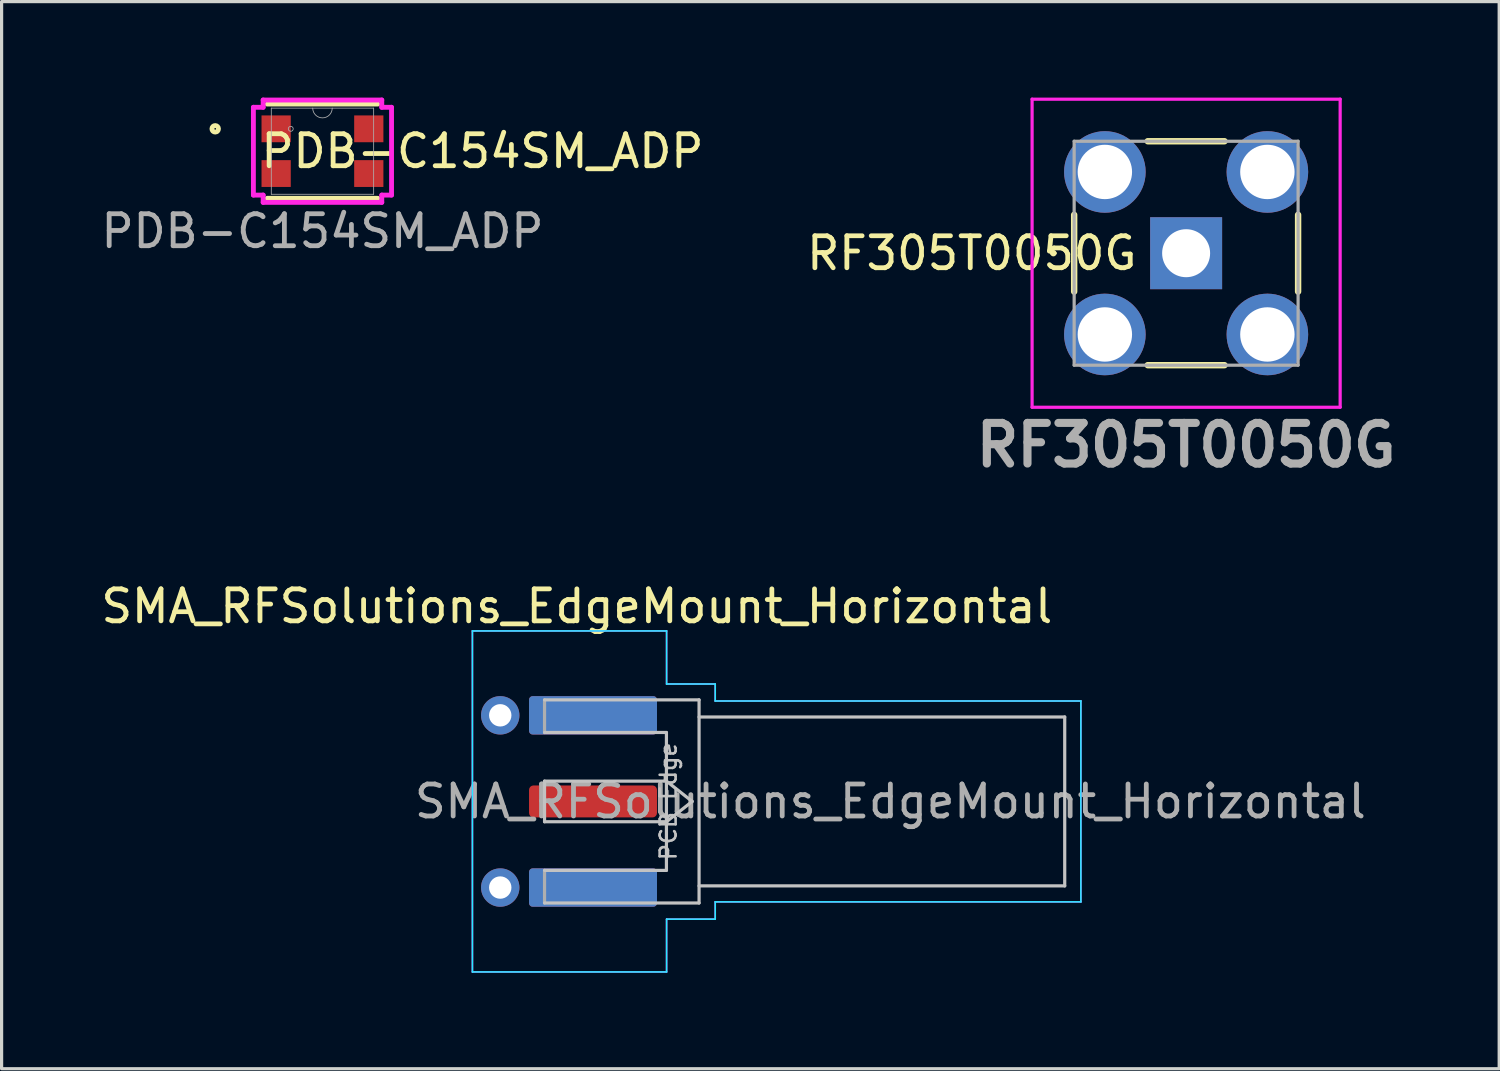
<source format=kicad_pcb>
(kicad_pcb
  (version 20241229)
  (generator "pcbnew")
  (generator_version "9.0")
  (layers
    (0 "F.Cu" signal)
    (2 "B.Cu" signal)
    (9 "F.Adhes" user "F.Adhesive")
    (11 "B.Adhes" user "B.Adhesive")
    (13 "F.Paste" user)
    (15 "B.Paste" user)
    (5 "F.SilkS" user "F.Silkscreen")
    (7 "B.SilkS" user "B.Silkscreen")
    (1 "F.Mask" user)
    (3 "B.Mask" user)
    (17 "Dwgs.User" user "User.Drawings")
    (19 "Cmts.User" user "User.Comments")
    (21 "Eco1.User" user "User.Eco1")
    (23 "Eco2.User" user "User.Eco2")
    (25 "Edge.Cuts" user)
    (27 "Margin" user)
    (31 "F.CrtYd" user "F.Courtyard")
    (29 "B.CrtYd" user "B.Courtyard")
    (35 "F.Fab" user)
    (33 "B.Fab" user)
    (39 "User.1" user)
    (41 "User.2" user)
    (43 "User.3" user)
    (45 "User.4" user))
  (footprint "SMA_RFSolutions_EdgeMount_Horizontal"
    (layer "F.Cu")
    (at 15.687 22.002)
    (property "Reference" "SMA_RFSolutions_EdgeMount_Horizontal" (at -0.705 -6.1 0) (layer "F.SilkS") (effects (font (size 1 1) (thickness 0.15))))
    (attr smd)
    (fp_line (start -1.715 -3.175) (end 3.115 -3.175) (stroke (width 0.1) (type solid)) (layer "Dwgs.User"))
    (fp_line (start -1.715 -0.635) (end -1.715 0.635) (stroke (width 0.1) (type solid)) (layer "Dwgs.User"))
    (fp_line (start 2.095 -2.155) (end -1.715 -2.155) (stroke (width 0.1) (type solid)) (layer "Dwgs.User"))
    (fp_line (start 2.095 -2.155) (end 2.095 2.155) (stroke (width 0.1) (type solid)) (layer "Dwgs.User"))
    (fp_line (start 2.095 -0.635) (end -1.715 -0.635) (stroke (width 0.1) (type solid)) (layer "Dwgs.User"))
    (fp_line (start 2.095 -0.635) (end 2.9 0) (stroke (width 0.1) (type solid)) (layer "Dwgs.User"))
    (fp_line (start 2.095 0.635) (end -1.715 0.635) (stroke (width 0.1) (type solid)) (layer "Dwgs.User"))
    (fp_line (start 2.095 2.155) (end -1.715 2.155) (stroke (width 0.1) (type solid)) (layer "Dwgs.User"))
    (fp_line (start 2.9 0) (end 2.095 0.635) (stroke (width 0.1) (type solid)) (layer "Dwgs.User"))
    (fp_line (start 3.115 -3.175) (end 3.115 3.175) (stroke (width 0.1) (type solid)) (layer "Dwgs.User"))
    (fp_line (start 3.115 3.175) (end -1.715 3.175) (stroke (width 0.1) (type solid)) (layer "Dwgs.User"))
    (fp_line (start 14.545 -2.64) (end 3.115 -2.64) (stroke (width 0.1) (type solid)) (layer "Dwgs.User"))
    (fp_line (start 14.545 -2.64) (end 14.545 2.64) (stroke (width 0.1) (type solid)) (layer "Dwgs.User"))
    (fp_line (start 14.545 2.64) (end 3.115 2.64) (stroke (width 0.1) (type solid)) (layer "Dwgs.User"))
    (fp_line (start -3.97 -5.33) (end -3.97 5.33) (stroke (width 0.05) (type solid)) (layer "B.CrtYd"))
    (fp_line (start -3.97 -5.33) (end 2.1 -5.33) (stroke (width 0.05) (type solid)) (layer "B.CrtYd"))
    (fp_line (start 2.1 -5.33) (end 2.1 -3.67) (stroke (width 0.05) (type default)) (layer "B.CrtYd"))
    (fp_line (start 2.1 -3.67) (end 3.62 -3.67) (stroke (width 0.05) (type default)) (layer "B.CrtYd"))
    (fp_line (start 2.1 3.68) (end 3.62 3.68) (stroke (width 0.05) (type default)) (layer "B.CrtYd"))
    (fp_line (start 2.1 5.33) (end -3.97 5.33) (stroke (width 0.05) (type solid)) (layer "B.CrtYd"))
    (fp_line (start 2.1 5.33) (end 2.1 3.68) (stroke (width 0.05) (type default)) (layer "B.CrtYd"))
    (fp_line (start 3.62 -3.67) (end 3.62 -3.14) (stroke (width 0.05) (type default)) (layer "B.CrtYd"))
    (fp_line (start 3.62 -3.14) (end 15.05 -3.14) (stroke (width 0.05) (type default)) (layer "B.CrtYd"))
    (fp_line (start 3.62 3.14) (end 15.05 3.14) (stroke (width 0.05) (type default)) (layer "B.CrtYd"))
    (fp_line (start 3.62 3.68) (end 3.62 3.14) (stroke (width 0.05) (type default)) (layer "B.CrtYd"))
    (fp_line (start 15.05 -3.14) (end 15.05 3.14) (stroke (width 0.05) (type solid)) (layer "B.CrtYd"))
    (fp_line (start -3.97 -5.33) (end -3.97 5.33) (stroke (width 0.05) (type solid)) (layer "F.CrtYd"))
    (fp_line (start -3.97 -5.33) (end 2.1 -5.33) (stroke (width 0.05) (type solid)) (layer "F.CrtYd"))
    (fp_line (start 2.1 -5.33) (end 2.1 -3.67) (stroke (width 0.05) (type default)) (layer "F.CrtYd"))
    (fp_line (start 2.1 -3.67) (end 3.62 -3.67) (stroke (width 0.05) (type default)) (layer "F.CrtYd"))
    (fp_line (start 2.1 3.68) (end 3.62 3.68) (stroke (width 0.05) (type default)) (layer "F.CrtYd"))
    (fp_line (start 2.1 5.33) (end -3.97 5.33) (stroke (width 0.05) (type solid)) (layer "F.CrtYd"))
    (fp_line (start 2.1 5.33) (end 2.1 3.68) (stroke (width 0.05) (type default)) (layer "F.CrtYd"))
    (fp_line (start 3.62 -3.67) (end 3.62 -3.14) (stroke (width 0.05) (type default)) (layer "F.CrtYd"))
    (fp_line (start 3.62 -3.14) (end 15.05 -3.14) (stroke (width 0.05) (type default)) (layer "F.CrtYd"))
    (fp_line (start 3.62 3.14) (end 15.05 3.14) (stroke (width 0.05) (type default)) (layer "F.CrtYd"))
    (fp_line (start 3.62 3.68) (end 3.62 3.14) (stroke (width 0.05) (type default)) (layer "F.CrtYd"))
    (fp_line (start 15.05 -3.14) (end 15.05 3.14) (stroke (width 0.05) (type solid)) (layer "F.CrtYd"))
    (fp_line (start -1.715 -3.175) (end -1.715 -2.155) (stroke (width 0.1) (type solid)) (layer "F.Fab"))
    (fp_line (start -1.715 3.175) (end -1.715 2.155) (stroke (width 0.1) (type solid)) (layer "F.Fab"))
    (fp_text user "PCB Edge" (at 2.155 0 270) (layer "Dwgs.User") (effects (font (size 0.5 0.5) (thickness 0.08))))
    (fp_text user "${REFERENCE}" (at 9.095 0 0) (layer "F.Fab") (effects (font (size 1 1) (thickness 0.15))))
    (pad "1" smd roundrect (at -0.2 0) (size 4 1) (layers "F.Cu" "F.Mask" "F.Paste") (roundrect_rratio 0.14))
    (pad "2" thru_hole circle (at -3.1 -2.692) (size 1.2 1.2) (drill 0.7) (layers "*.Cu" "*.Mask"))
    (pad "2" thru_hole circle (at -3.1 2.692) (size 1.2 1.2) (drill 0.7) (layers "*.Cu" "*.Mask"))
    (pad "2" smd roundrect (at -0.2 -2.692) (size 4 1.2) (layers "F.Cu" "F.Mask" "F.Paste") (roundrect_rratio 0.094))
    (pad "2" smd roundrect (at -0.2 -2.692) (size 4 1.2) (layers "B.Cu" "B.Mask" "B.Paste") (roundrect_rratio 0.094))
    (pad "2" smd roundrect (at -0.2 2.692) (size 4 1.2) (layers "F.Cu" "F.Mask" "F.Paste") (roundrect_rratio 0.094))
    (pad "2" smd roundrect (at -0.2 2.692) (size 4 1.2) (layers "B.Cu" "B.Mask" "B.Paste") (roundrect_rratio 0.094)))
  (footprint "PDB-C154SM_ADP"
    (layer "F.Cu")
    (at 7.03 1.676)
    (property "Reference" "PDB-C154SM_ADP" (at 5 0 0) (unlocked yes) (layer "F.SilkS") (effects (font (size 1 1) (thickness 0.15))))
    (attr smd)
    (fp_line (start -1.727 1.473) (end 1.727 1.473) (stroke (width 0.152) (type solid)) (layer "F.SilkS"))
    (fp_line (start 1.727 -1.473) (end -1.727 -1.473) (stroke (width 0.152) (type solid)) (layer "F.SilkS"))
    (fp_circle (center -3.353 -0.699) (end -3.251 -0.699) (stroke (width 0.152) (type solid)) (fill no) (layer "F.SilkS"))
    (fp_line (start -2.159 -1.372) (end -1.854 -1.372) (stroke (width 0.152) (type solid)) (layer "F.CrtYd"))
    (fp_line (start -2.159 1.372) (end -2.159 -1.372) (stroke (width 0.152) (type solid)) (layer "F.CrtYd"))
    (fp_line (start -2.159 1.372) (end -1.854 1.372) (stroke (width 0.152) (type solid)) (layer "F.CrtYd"))
    (fp_line (start -1.854 -1.6) (end 1.854 -1.6) (stroke (width 0.152) (type solid)) (layer "F.CrtYd"))
    (fp_line (start -1.854 -1.372) (end -1.854 -1.6) (stroke (width 0.152) (type solid)) (layer "F.CrtYd"))
    (fp_line (start -1.854 1.6) (end -1.854 1.372) (stroke (width 0.152) (type solid)) (layer "F.CrtYd"))
    (fp_line (start 1.854 -1.6) (end 1.854 -1.372) (stroke (width 0.152) (type solid)) (layer "F.CrtYd"))
    (fp_line (start 1.854 1.372) (end 1.854 1.6) (stroke (width 0.152) (type solid)) (layer "F.CrtYd"))
    (fp_line (start 1.854 1.6) (end -1.854 1.6) (stroke (width 0.152) (type solid)) (layer "F.CrtYd"))
    (fp_line (start 2.159 -1.372) (end 1.854 -1.372) (stroke (width 0.152) (type solid)) (layer "F.CrtYd"))
    (fp_line (start 2.159 -1.372) (end 2.159 1.372) (stroke (width 0.152) (type solid)) (layer "F.CrtYd"))
    (fp_line (start 2.159 1.372) (end 1.854 1.372) (stroke (width 0.152) (type solid)) (layer "F.CrtYd"))
    (fp_line (start -1.6 -1.346) (end -1.6 1.346) (stroke (width 0.025) (type solid)) (layer "F.Fab"))
    (fp_line (start -1.6 1.346) (end 1.6 1.346) (stroke (width 0.025) (type solid)) (layer "F.Fab"))
    (fp_line (start 1.6 -1.346) (end -1.6 -1.346) (stroke (width 0.025) (type solid)) (layer "F.Fab"))
    (fp_line (start 1.6 1.346) (end 1.6 -1.346) (stroke (width 0.025) (type solid)) (layer "F.Fab"))
    (fp_arc (start 0.3048 -1.3462) (mid 0 -1.0414) (end -0.3048 -1.3462) (stroke (width 0.0254) (type solid)) (layer "F.Fab"))
    (fp_circle (center -0.991 -0.699) (end -0.914 -0.699) (stroke (width 0.025) (type solid)) (fill no) (layer "F.Fab"))
    (fp_text user "${REFERENCE}" (at 0 2.5 0) (unlocked yes) (layer "F.Fab") (effects (font (size 1 1) (thickness 0.15))))
    (pad "1" smd rect (at -1.448 -0.699) (size 0.914 0.838) (layers "F.Cu" "F.Mask" "F.Paste"))
    (pad "2" smd rect (at -1.448 0.699) (size 0.914 0.838) (layers "F.Cu" "F.Mask" "F.Paste"))
    (pad "3" smd rect (at 1.448 0.699) (size 0.914 0.838) (layers "F.Cu" "F.Mask" "F.Paste"))
    (pad "4" smd rect (at 1.448 -0.699) (size 0.914 0.838) (layers "F.Cu" "F.Mask" "F.Paste")))
  (footprint "RF305T0050G"
    (layer "F.Cu")
    (at 34.027 4.865)
    (property "Reference" "RF305T0050G" (at -6.7 0 0) (layer "F.SilkS") (effects (font (size 1 1) (thickness 0.15))))
    (attr through_hole)
    (fp_line (start -4.2 0) (end -4.2 0) (stroke (width 0.1) (type solid)) (layer "F.SilkS"))
    (fp_line (start -4.1 0) (end -4.1 0) (stroke (width 0.1) (type solid)) (layer "F.SilkS"))
    (fp_line (start -3.5 -1.2) (end -3.5 1.2) (stroke (width 0.2) (type solid)) (layer "F.SilkS"))
    (fp_line (start -1.2 -3.5) (end 1.2 -3.5) (stroke (width 0.2) (type solid)) (layer "F.SilkS"))
    (fp_line (start -1.2 3.5) (end 1.2 3.5) (stroke (width 0.2) (type solid)) (layer "F.SilkS"))
    (fp_line (start 3.5 -1.2) (end 3.5 1.2) (stroke (width 0.2) (type solid)) (layer "F.SilkS"))
    (fp_arc (start -4.2 0) (mid -4.15 -0.05) (end -4.1 0) (stroke (width 0.1) (type solid)) (layer "F.SilkS"))
    (fp_arc (start -4.1 0) (mid -4.15 0.05) (end -4.2 0) (stroke (width 0.1) (type solid)) (layer "F.SilkS"))
    (fp_line (start -4.815 -4.815) (end 4.815 -4.815) (stroke (width 0.1) (type solid)) (layer "F.CrtYd"))
    (fp_line (start -4.815 4.815) (end -4.815 -4.815) (stroke (width 0.1) (type solid)) (layer "F.CrtYd"))
    (fp_line (start 4.815 -4.815) (end 4.815 4.815) (stroke (width 0.1) (type solid)) (layer "F.CrtYd"))
    (fp_line (start 4.815 4.815) (end -4.815 4.815) (stroke (width 0.1) (type solid)) (layer "F.CrtYd"))
    (fp_line (start -3.5 -3.5) (end 3.5 -3.5) (stroke (width 0.1) (type solid)) (layer "F.Fab"))
    (fp_line (start -3.5 3.5) (end -3.5 -3.5) (stroke (width 0.1) (type solid)) (layer "F.Fab"))
    (fp_line (start 3.5 -3.5) (end 3.5 3.5) (stroke (width 0.1) (type solid)) (layer "F.Fab"))
    (fp_line (start 3.5 3.5) (end -3.5 3.5) (stroke (width 0.1) (type solid)) (layer "F.Fab"))
    (fp_text user "${REFERENCE}" (at 0 6 0) (layer "F.Fab") (effects (font (size 1.27 1.27) (thickness 0.254))))
    (pad "1" thru_hole rect (at 0 0) (size 2.25 2.25) (drill 1.5) (layers "*.Cu" "*.Mask"))
    (pad "2" thru_hole circle (at -2.54 -2.54) (size 2.55 2.55) (drill 1.7) (layers "*.Cu" "*.Mask"))
    (pad "2" thru_hole circle (at -2.54 2.54) (size 2.55 2.55) (drill 1.7) (layers "*.Cu" "*.Mask"))
    (pad "2" thru_hole circle (at 2.54 -2.54) (size 2.55 2.55) (drill 1.7) (layers "*.Cu" "*.Mask"))
    (pad "2" thru_hole circle (at 2.54 2.54) (size 2.55 2.55) (drill 1.7) (layers "*.Cu" "*.Mask")))
  (gr_rect
    (start -3 -3)
    (end 43.813 30.357)
    (stroke (width 0.1) (type default))
    (fill no)
    (layer "Edge.Cuts")))
</source>
